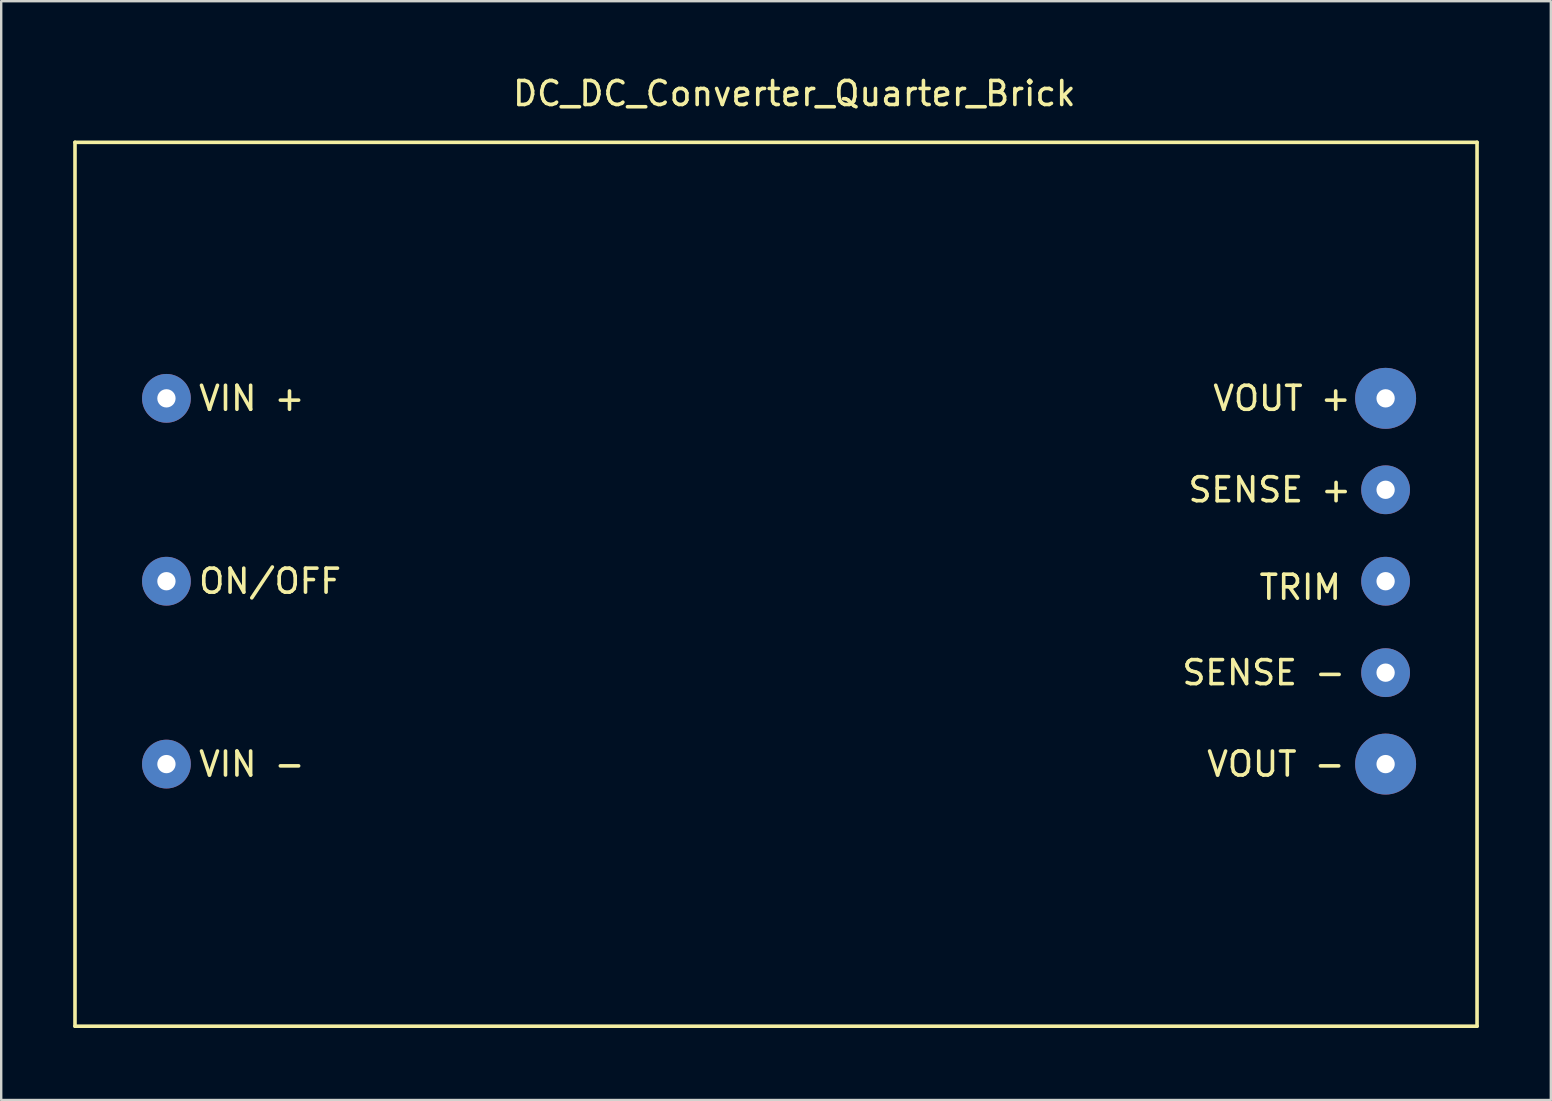
<source format=kicad_pcb>
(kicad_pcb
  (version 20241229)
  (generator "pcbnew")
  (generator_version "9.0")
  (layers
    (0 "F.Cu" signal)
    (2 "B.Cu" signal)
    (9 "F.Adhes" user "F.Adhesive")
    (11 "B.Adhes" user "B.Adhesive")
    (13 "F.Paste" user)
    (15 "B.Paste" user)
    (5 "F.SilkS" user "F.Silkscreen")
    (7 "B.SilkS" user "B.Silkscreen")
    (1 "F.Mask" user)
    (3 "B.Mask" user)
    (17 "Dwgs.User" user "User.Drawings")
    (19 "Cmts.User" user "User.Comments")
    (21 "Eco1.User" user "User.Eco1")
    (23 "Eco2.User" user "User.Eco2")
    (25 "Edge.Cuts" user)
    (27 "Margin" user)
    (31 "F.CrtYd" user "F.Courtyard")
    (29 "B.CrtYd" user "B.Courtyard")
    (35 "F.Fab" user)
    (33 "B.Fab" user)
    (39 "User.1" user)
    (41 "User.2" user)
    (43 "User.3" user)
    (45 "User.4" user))
  (footprint "DC_DC_Converter_Quarter_Brick"
    (layer "F.Cu")
    (at 54.685 13.548)
    (property "Reference" "DC_DC_Converter_Quarter_Brick" (at -24.638 -12.7 0) (layer "F.SilkS") (effects (font (size 1 1) (thickness 0.15))))
    (attr through_hole)
    (fp_line (start -54.61 -10.668) (end -54.61 26.162) (stroke (width 0.15) (type solid)) (layer "F.SilkS"))
    (fp_line (start -54.61 -10.668) (end 3.81 -10.668) (stroke (width 0.15) (type solid)) (layer "F.SilkS"))
    (fp_line (start -54.61 26.162) (end 3.81 26.162) (stroke (width 0.15) (type solid)) (layer "F.SilkS"))
    (fp_line (start 3.81 -10.668) (end 3.81 26.162) (stroke (width 0.15) (type solid)) (layer "F.SilkS"))
    (fp_text user "VIN +" (at -47.244 0 0) (layer "F.SilkS") (effects (font (size 1 1) (thickness 0.15))))
    (fp_text user "VIN -" (at -47.244 15.24 0) (layer "F.SilkS") (effects (font (size 1 1) (thickness 0.15))))
    (fp_text user "TRIM" (at -3.556 7.874 0) (layer "F.SilkS") (effects (font (size 1 1) (thickness 0.15))))
    (fp_text user "ON/OFF" (at -46.482 7.62 0) (layer "F.SilkS") (effects (font (size 1 1) (thickness 0.15))))
    (fp_text user "SENSE -" (at -5.08 11.43 0) (layer "F.SilkS") (effects (font (size 1 1) (thickness 0.15))))
    (fp_text user "SENSE +" (at -4.826 3.81 0) (layer "F.SilkS") (effects (font (size 1 1) (thickness 0.15))))
    (fp_text user "VOUT -" (at -4.572 15.24 0) (layer "F.SilkS") (effects (font (size 1 1) (thickness 0.15))))
    (fp_text user "VOUT +" (at -4.318 0 0) (layer "F.SilkS") (effects (font (size 1 1) (thickness 0.15))))
    (pad "1" thru_hole circle (at -50.8 0) (size 2.032 2.032) (drill 0.762) (layers "*.Cu" "*.Mask"))
    (pad "2" thru_hole circle (at -50.8 7.62) (size 2.032 2.032) (drill 0.762) (layers "*.Cu" "*.Mask"))
    (pad "3" thru_hole circle (at -50.8 15.24) (size 2.032 2.032) (drill 0.762) (layers "*.Cu" "*.Mask"))
    (pad "4" thru_hole circle (at 0 15.24) (size 2.54 2.54) (drill 0.762) (layers "*.Cu" "*.Mask"))
    (pad "5" thru_hole circle (at 0 11.43) (size 2.032 2.032) (drill 0.762) (layers "*.Cu" "*.Mask"))
    (pad "6" thru_hole circle (at 0 7.62) (size 2.032 2.032) (drill 0.762) (layers "*.Cu" "*.Mask"))
    (pad "7" thru_hole circle (at 0 3.81) (size 2.032 2.032) (drill 0.762) (layers "*.Cu" "*.Mask"))
    (pad "8" thru_hole circle (at 0 0) (size 2.54 2.54) (drill 0.762) (layers "*.Cu" "*.Mask")))
  (gr_rect
    (start -3 -3)
    (end 61.57 42.785)
    (stroke (width 0.1) (type default))
    (fill no)
    (layer "Edge.Cuts")))
</source>
